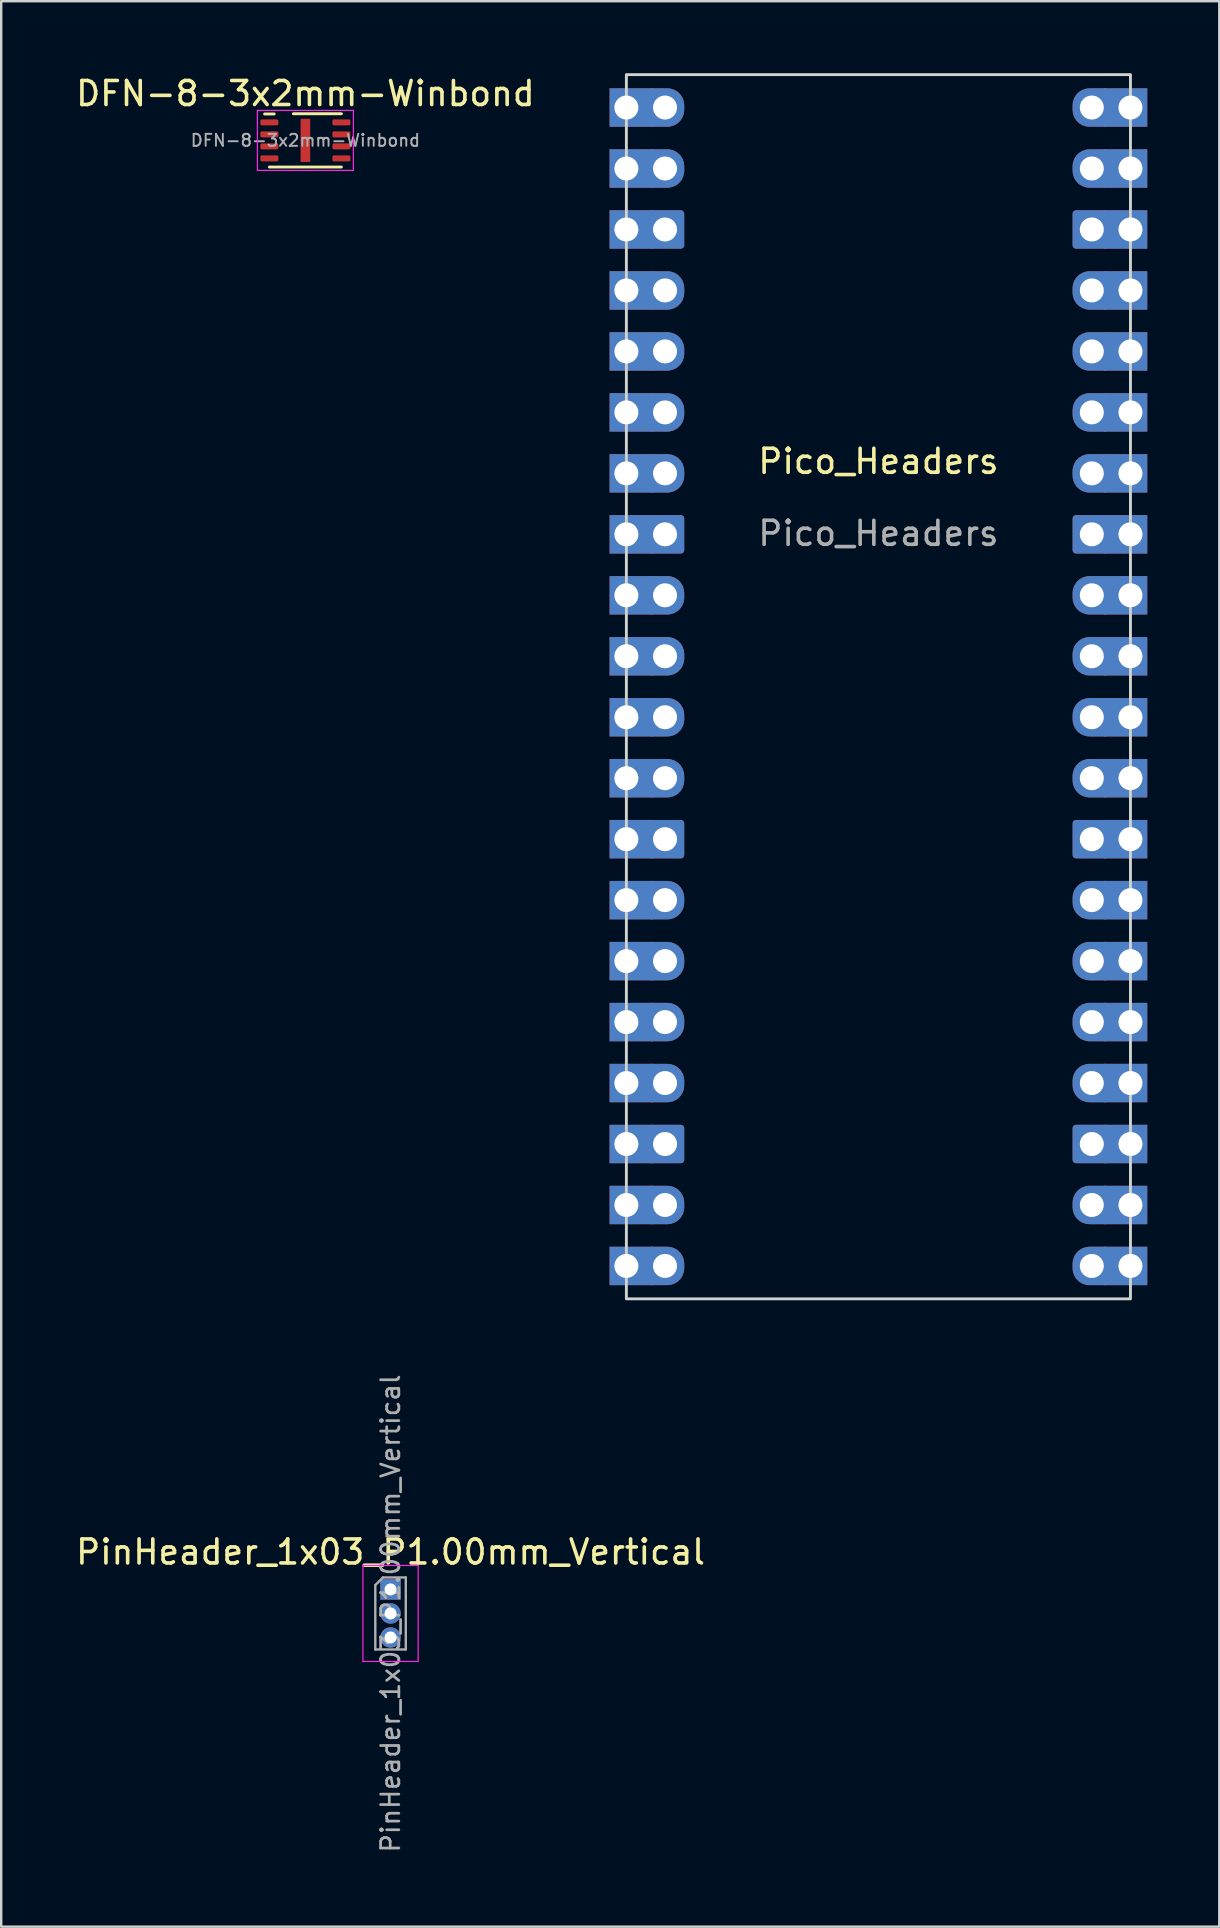
<source format=kicad_pcb>
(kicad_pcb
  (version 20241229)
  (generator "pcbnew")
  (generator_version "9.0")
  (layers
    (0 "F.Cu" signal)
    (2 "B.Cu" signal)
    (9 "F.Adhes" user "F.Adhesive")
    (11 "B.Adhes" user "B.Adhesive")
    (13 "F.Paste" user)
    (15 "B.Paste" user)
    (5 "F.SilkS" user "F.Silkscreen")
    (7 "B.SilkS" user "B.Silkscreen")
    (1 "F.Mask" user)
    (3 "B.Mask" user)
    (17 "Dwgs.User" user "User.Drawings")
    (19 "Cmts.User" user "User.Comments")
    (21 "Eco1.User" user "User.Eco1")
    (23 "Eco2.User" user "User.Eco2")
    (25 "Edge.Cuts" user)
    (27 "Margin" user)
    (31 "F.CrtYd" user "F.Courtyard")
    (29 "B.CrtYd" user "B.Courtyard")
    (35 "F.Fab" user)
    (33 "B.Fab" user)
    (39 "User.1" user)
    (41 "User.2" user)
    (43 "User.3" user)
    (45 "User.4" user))
  (footprint "DFN-8-3x2mm-Winbond"
    (layer "F.Cu")
    (at 9.673 2.798)
    (property "Reference" "DFN-8-3x2mm-Winbond" (at 0 -1.95 0) (layer "F.SilkS") (effects (font (size 1 1) (thickness 0.15))))
    (attr smd)
    (fp_line (start -1.7 -1.1) (end -1.3 -1.1) (stroke (width 0.12) (type solid)) (layer "F.SilkS"))
    (fp_line (start -1.5 1.11) (end 1.5 1.11) (stroke (width 0.12) (type solid)) (layer "F.SilkS"))
    (fp_line (start -0.5 -1.11) (end 1.5 -1.11) (stroke (width 0.12) (type solid)) (layer "F.SilkS"))
    (fp_line (start -2 -1.25) (end -2 1.25) (stroke (width 0.05) (type solid)) (layer "F.CrtYd"))
    (fp_line (start -2 1.25) (end 2 1.25) (stroke (width 0.05) (type solid)) (layer "F.CrtYd"))
    (fp_line (start 2 -1.25) (end -2 -1.25) (stroke (width 0.05) (type solid)) (layer "F.CrtYd"))
    (fp_line (start 2 1.25) (end 2 -1.25) (stroke (width 0.05) (type solid)) (layer "F.CrtYd"))
    (fp_text user "${REFERENCE}" (at 0 0 0) (layer "F.Fab") (effects (font (size 0.5 0.5) (thickness 0.08))))
    (pad "" smd roundrect (at 0 -0.48) (size 0.4 0.84) (layers "F.Paste") (roundrect_rratio 0.25))
    (pad "" smd roundrect (at 0 0.48) (size 0.4 0.84) (layers "F.Paste") (roundrect_rratio 0.25))
    (pad "1" smd roundrect (at -1.5 -0.75) (size 0.75 0.25) (layers "F.Cu" "F.Mask" "F.Paste") (roundrect_rratio 0.25))
    (pad "2" smd roundrect (at -1.5 -0.25) (size 0.75 0.25) (layers "F.Cu" "F.Mask" "F.Paste") (roundrect_rratio 0.25))
    (pad "3" smd roundrect (at -1.5 0.25) (size 0.75 0.25) (layers "F.Cu" "F.Mask" "F.Paste") (roundrect_rratio 0.25))
    (pad "4" smd roundrect (at -1.5 0.75) (size 0.75 0.25) (layers "F.Cu" "F.Mask" "F.Paste") (roundrect_rratio 0.25))
    (pad "4" smd rect (at 0 0) (size 0.4 1.8) (layers "F.Cu" "F.Mask"))
    (pad "5" smd roundrect (at 1.5 0.75) (size 0.75 0.25) (layers "F.Cu" "F.Mask" "F.Paste") (roundrect_rratio 0.25))
    (pad "6" smd roundrect (at 1.5 0.25) (size 0.75 0.25) (layers "F.Cu" "F.Mask" "F.Paste") (roundrect_rratio 0.25))
    (pad "7" smd roundrect (at 1.5 -0.25) (size 0.75 0.25) (layers "F.Cu" "F.Mask" "F.Paste") (roundrect_rratio 0.25))
    (pad "8" smd roundrect (at 1.5 -0.75) (size 0.75 0.25) (layers "F.Cu" "F.Mask" "F.Paste") (roundrect_rratio 0.25)))
  (footprint "Pico_Headers"
    (layer "F.Cu")
    (at 33.545 25.56)
    (property "Reference" "Pico_Headers" (at 0 -9.39 0) (unlocked yes) (layer "F.SilkS") (effects (font (size 1 1) (thickness 0.15))))
    (attr through_hole)
    (fp_rect (start -10.5 -25.5) (end 10.5 25.5) (stroke (width 0.12) (type solid)) (fill no) (layer "Edge.Cuts"))
    (fp_text user "${REFERENCE}" (at 0 -6.39 0) (unlocked yes) (layer "F.Fab") (effects (font (size 1 1) (thickness 0.15))))
    (pad "" thru_hole rect (at -10.5 -24.13) (size 1.8 1.6) (drill 1 (offset 0.2 0)) (layers "*.Cu" "*.Mask"))
    (pad "" thru_hole rect (at -10.5 -21.59) (size 1.8 1.6) (drill 1 (offset 0.2 0)) (layers "*.Cu" "*.Mask"))
    (pad "" thru_hole rect (at -10.5 -19.05) (size 1.8 1.6) (drill 1 (offset 0.2 0)) (layers "*.Cu" "*.Mask"))
    (pad "" thru_hole rect (at -10.5 -16.51) (size 1.8 1.6) (drill 1 (offset 0.2 0)) (layers "*.Cu" "*.Mask"))
    (pad "" thru_hole rect (at -10.5 -13.97) (size 1.8 1.6) (drill 1 (offset 0.2 0)) (layers "*.Cu" "*.Mask"))
    (pad "" thru_hole rect (at -10.5 -11.43) (size 1.8 1.6) (drill 1 (offset 0.2 0)) (layers "*.Cu" "*.Mask"))
    (pad "" thru_hole rect (at -10.5 -8.89) (size 1.8 1.6) (drill 1 (offset 0.2 0)) (layers "*.Cu" "*.Mask"))
    (pad "" thru_hole rect (at -10.5 -6.35) (size 1.8 1.6) (drill 1 (offset 0.2 0)) (layers "*.Cu" "*.Mask"))
    (pad "" thru_hole rect (at -10.5 -3.81) (size 1.8 1.6) (drill 1 (offset 0.2 0)) (layers "*.Cu" "*.Mask"))
    (pad "" thru_hole rect (at -10.5 -1.27) (size 1.8 1.6) (drill 1 (offset 0.2 0)) (layers "*.Cu" "*.Mask"))
    (pad "" thru_hole rect (at -10.5 1.27) (size 1.8 1.6) (drill 1 (offset 0.2 0)) (layers "*.Cu" "*.Mask"))
    (pad "" thru_hole rect (at -10.5 3.81) (size 1.8 1.6) (drill 1 (offset 0.2 0)) (layers "*.Cu" "*.Mask"))
    (pad "" thru_hole rect (at -10.5 6.35) (size 1.8 1.6) (drill 1 (offset 0.2 0)) (layers "*.Cu" "*.Mask"))
    (pad "" thru_hole rect (at -10.5 8.89) (size 1.8 1.6) (drill 1 (offset 0.2 0)) (layers "*.Cu" "*.Mask"))
    (pad "" thru_hole rect (at -10.5 11.43) (size 1.8 1.6) (drill 1 (offset 0.2 0)) (layers "*.Cu" "*.Mask"))
    (pad "" thru_hole rect (at -10.5 13.97) (size 1.8 1.6) (drill 1 (offset 0.2 0)) (layers "*.Cu" "*.Mask"))
    (pad "" thru_hole rect (at -10.5 16.51) (size 1.8 1.6) (drill 1 (offset 0.2 0)) (layers "*.Cu" "*.Mask"))
    (pad "" thru_hole rect (at -10.5 19.05) (size 1.8 1.6) (drill 1 (offset 0.2 0)) (layers "*.Cu" "*.Mask"))
    (pad "" thru_hole rect (at -10.5 21.59) (size 1.8 1.6) (drill 1 (offset 0.2 0)) (layers "*.Cu" "*.Mask"))
    (pad "" thru_hole rect (at -10.5 24.13) (size 1.8 1.6) (drill 1 (offset 0.2 0)) (layers "*.Cu" "*.Mask"))
    (pad "" thru_hole rect (at 10.5 -24.13 180) (size 1.8 1.6) (drill 1 (offset 0.2 0)) (layers "*.Cu" "*.Mask"))
    (pad "" thru_hole rect (at 10.5 -21.59 180) (size 1.8 1.6) (drill 1 (offset 0.2 0)) (layers "*.Cu" "*.Mask"))
    (pad "" thru_hole rect (at 10.5 -19.05 180) (size 1.8 1.6) (drill 1 (offset 0.2 0)) (layers "*.Cu" "*.Mask"))
    (pad "" thru_hole rect (at 10.5 -16.51 180) (size 1.8 1.6) (drill 1 (offset 0.2 0)) (layers "*.Cu" "*.Mask"))
    (pad "" thru_hole rect (at 10.5 -13.97 180) (size 1.8 1.6) (drill 1 (offset 0.2 0)) (layers "*.Cu" "*.Mask"))
    (pad "" thru_hole rect (at 10.5 -11.43 180) (size 1.8 1.6) (drill 1 (offset 0.2 0)) (layers "*.Cu" "*.Mask"))
    (pad "" thru_hole rect (at 10.5 -8.89 180) (size 1.8 1.6) (drill 1 (offset 0.2 0)) (layers "*.Cu" "*.Mask"))
    (pad "" thru_hole rect (at 10.5 -6.35 180) (size 1.8 1.6) (drill 1 (offset 0.2 0)) (layers "*.Cu" "*.Mask"))
    (pad "" thru_hole rect (at 10.5 -3.81 180) (size 1.8 1.6) (drill 1 (offset 0.2 0)) (layers "*.Cu" "*.Mask"))
    (pad "" thru_hole rect (at 10.5 -1.27 180) (size 1.8 1.6) (drill 1 (offset 0.2 0)) (layers "*.Cu" "*.Mask"))
    (pad "" thru_hole rect (at 10.5 1.27 180) (size 1.8 1.6) (drill 1 (offset 0.2 0)) (layers "*.Cu" "*.Mask"))
    (pad "" thru_hole rect (at 10.5 3.81 180) (size 1.8 1.6) (drill 1 (offset 0.2 0)) (layers "*.Cu" "*.Mask"))
    (pad "" thru_hole rect (at 10.5 6.35 180) (size 1.8 1.6) (drill 1 (offset 0.2 0)) (layers "*.Cu" "*.Mask"))
    (pad "" thru_hole rect (at 10.5 8.89 180) (size 1.8 1.6) (drill 1 (offset 0.2 0)) (layers "*.Cu" "*.Mask"))
    (pad "" thru_hole rect (at 10.5 11.43 180) (size 1.8 1.6) (drill 1 (offset 0.2 0)) (layers "*.Cu" "*.Mask"))
    (pad "" thru_hole rect (at 10.5 13.97 180) (size 1.8 1.6) (drill 1 (offset 0.2 0)) (layers "*.Cu" "*.Mask"))
    (pad "" thru_hole rect (at 10.5 16.51 180) (size 1.8 1.6) (drill 1 (offset 0.2 0)) (layers "*.Cu" "*.Mask"))
    (pad "" thru_hole rect (at 10.5 19.05 180) (size 1.8 1.6) (drill 1 (offset 0.2 0)) (layers "*.Cu" "*.Mask"))
    (pad "" thru_hole rect (at 10.5 21.59 180) (size 1.8 1.6) (drill 1 (offset 0.2 0)) (layers "*.Cu" "*.Mask"))
    (pad "" thru_hole rect (at 10.5 24.13 180) (size 1.8 1.6) (drill 1 (offset 0.2 0)) (layers "*.Cu" "*.Mask"))
    (pad "1" thru_hole roundrect (at -8.89 -24.13) (size 1.4 1.6) (drill 1 (offset 0.1 0)) (layers "*.Cu" "*.Mask") (roundrect_rratio 0.5) (chamfer_ratio 0) (chamfer top_left bottom_left))
    (pad "2" thru_hole roundrect (at -8.89 -21.59) (size 1.4 1.6) (drill 1 (offset 0.1 0)) (layers "*.Cu" "*.Mask") (roundrect_rratio 0.5) (chamfer_ratio 0) (chamfer top_left bottom_left))
    (pad "3" thru_hole roundrect (at -8.89 -19.05) (size 1.4 1.6) (drill 1 (offset 0.1 0)) (layers "*.Cu" "*.Mask") (roundrect_rratio 0.1) (chamfer_ratio 0) (chamfer top_left bottom_left))
    (pad "4" thru_hole roundrect (at -8.89 -16.51) (size 1.4 1.6) (drill 1 (offset 0.1 0)) (layers "*.Cu" "*.Mask") (roundrect_rratio 0.5) (chamfer_ratio 0) (chamfer top_left bottom_left))
    (pad "5" thru_hole roundrect (at -8.89 -13.97) (size 1.4 1.6) (drill 1 (offset 0.1 0)) (layers "*.Cu" "*.Mask") (roundrect_rratio 0.5) (chamfer_ratio 0) (chamfer top_left bottom_left))
    (pad "6" thru_hole roundrect (at -8.89 -11.43) (size 1.4 1.6) (drill 1 (offset 0.1 0)) (layers "*.Cu" "*.Mask") (roundrect_rratio 0.5) (chamfer_ratio 0) (chamfer top_left bottom_left))
    (pad "7" thru_hole roundrect (at -8.89 -8.89) (size 1.4 1.6) (drill 1 (offset 0.1 0)) (layers "*.Cu" "*.Mask") (roundrect_rratio 0.5) (chamfer_ratio 0) (chamfer top_left bottom_left))
    (pad "8" thru_hole roundrect (at -8.89 -6.35) (size 1.4 1.6) (drill 1 (offset 0.1 0)) (layers "*.Cu" "*.Mask") (roundrect_rratio 0.1) (chamfer_ratio 0) (chamfer top_left bottom_left))
    (pad "9" thru_hole roundrect (at -8.89 -3.81) (size 1.4 1.6) (drill 1 (offset 0.1 0)) (layers "*.Cu" "*.Mask") (roundrect_rratio 0.5) (chamfer_ratio 0) (chamfer top_left bottom_left))
    (pad "10" thru_hole roundrect (at -8.89 -1.27) (size 1.4 1.6) (drill 1 (offset 0.1 0)) (layers "*.Cu" "*.Mask") (roundrect_rratio 0.5) (chamfer_ratio 0) (chamfer top_left bottom_left))
    (pad "11" thru_hole roundrect (at -8.89 1.27) (size 1.4 1.6) (drill 1 (offset 0.1 0)) (layers "*.Cu" "*.Mask") (roundrect_rratio 0.5) (chamfer_ratio 0) (chamfer top_left bottom_left))
    (pad "12" thru_hole roundrect (at -8.89 3.81) (size 1.4 1.6) (drill 1 (offset 0.1 0)) (layers "*.Cu" "*.Mask") (roundrect_rratio 0.5) (chamfer_ratio 0) (chamfer top_left bottom_left))
    (pad "13" thru_hole roundrect (at -8.89 6.35) (size 1.4 1.6) (drill 1 (offset 0.1 0)) (layers "*.Cu" "*.Mask") (roundrect_rratio 0.1) (chamfer_ratio 0) (chamfer top_left bottom_left))
    (pad "14" thru_hole roundrect (at -8.89 8.89) (size 1.4 1.6) (drill 1 (offset 0.1 0)) (layers "*.Cu" "*.Mask") (roundrect_rratio 0.5) (chamfer_ratio 0) (chamfer top_left bottom_left))
    (pad "15" thru_hole roundrect (at -8.89 11.43) (size 1.4 1.6) (drill 1 (offset 0.1 0)) (layers "*.Cu" "*.Mask") (roundrect_rratio 0.5) (chamfer_ratio 0) (chamfer top_left bottom_left))
    (pad "16" thru_hole roundrect (at -8.89 13.97) (size 1.4 1.6) (drill 1 (offset 0.1 0)) (layers "*.Cu" "*.Mask") (roundrect_rratio 0.5) (chamfer_ratio 0) (chamfer top_left bottom_left))
    (pad "17" thru_hole roundrect (at -8.89 16.51) (size 1.4 1.6) (drill 1 (offset 0.1 0)) (layers "*.Cu" "*.Mask") (roundrect_rratio 0.5) (chamfer_ratio 0) (chamfer top_left bottom_left))
    (pad "18" thru_hole roundrect (at -8.89 19.05) (size 1.4 1.6) (drill 1 (offset 0.1 0)) (layers "*.Cu" "*.Mask") (roundrect_rratio 0.1) (chamfer_ratio 0) (chamfer top_left bottom_left))
    (pad "19" thru_hole roundrect (at -8.89 21.59) (size 1.4 1.6) (drill 1 (offset 0.1 0)) (layers "*.Cu" "*.Mask") (roundrect_rratio 0.5) (chamfer_ratio 0) (chamfer top_left bottom_left))
    (pad "20" thru_hole roundrect (at -8.89 24.13) (size 1.4 1.6) (drill 1 (offset 0.1 0)) (layers "*.Cu" "*.Mask") (roundrect_rratio 0.5) (chamfer_ratio 0) (chamfer top_left bottom_left))
    (pad "21" thru_hole roundrect (at 8.89 24.13 180) (size 1.4 1.6) (drill 1 (offset 0.1 0)) (layers "*.Cu" "*.Mask") (roundrect_rratio 0.5) (chamfer_ratio 0) (chamfer top_left bottom_left))
    (pad "22" thru_hole roundrect (at 8.89 21.59 180) (size 1.4 1.6) (drill 1 (offset 0.1 0)) (layers "*.Cu" "*.Mask") (roundrect_rratio 0.5) (chamfer_ratio 0) (chamfer top_left bottom_left))
    (pad "23" thru_hole roundrect (at 8.89 19.05 180) (size 1.4 1.6) (drill 1 (offset 0.1 0)) (layers "*.Cu" "*.Mask") (roundrect_rratio 0.1) (chamfer_ratio 0) (chamfer top_left bottom_left))
    (pad "24" thru_hole roundrect (at 8.89 16.51 180) (size 1.4 1.6) (drill 1 (offset 0.1 0)) (layers "*.Cu" "*.Mask") (roundrect_rratio 0.5) (chamfer_ratio 0) (chamfer top_left bottom_left))
    (pad "25" thru_hole roundrect (at 8.89 13.97 180) (size 1.4 1.6) (drill 1 (offset 0.1 0)) (layers "*.Cu" "*.Mask") (roundrect_rratio 0.5) (chamfer_ratio 0) (chamfer top_left bottom_left))
    (pad "26" thru_hole roundrect (at 8.89 11.43 180) (size 1.4 1.6) (drill 1 (offset 0.1 0)) (layers "*.Cu" "*.Mask") (roundrect_rratio 0.5) (chamfer_ratio 0) (chamfer top_left bottom_left))
    (pad "27" thru_hole roundrect (at 8.89 8.89 180) (size 1.4 1.6) (drill 1 (offset 0.1 0)) (layers "*.Cu" "*.Mask") (roundrect_rratio 0.5) (chamfer_ratio 0) (chamfer top_left bottom_left))
    (pad "28" thru_hole roundrect (at 8.89 6.35 180) (size 1.4 1.6) (drill 1 (offset 0.1 0)) (layers "*.Cu" "*.Mask") (roundrect_rratio 0.1) (chamfer_ratio 0) (chamfer top_left bottom_left))
    (pad "29" thru_hole roundrect (at 8.89 3.81 180) (size 1.4 1.6) (drill 1 (offset 0.1 0)) (layers "*.Cu" "*.Mask") (roundrect_rratio 0.5) (chamfer_ratio 0) (chamfer top_left bottom_left))
    (pad "30" thru_hole roundrect (at 8.89 1.27 180) (size 1.4 1.6) (drill 1 (offset 0.1 0)) (layers "*.Cu" "*.Mask") (roundrect_rratio 0.5) (chamfer_ratio 0) (chamfer top_left bottom_left))
    (pad "31" thru_hole roundrect (at 8.89 -1.27 180) (size 1.4 1.6) (drill 1 (offset 0.1 0)) (layers "*.Cu" "*.Mask") (roundrect_rratio 0.5) (chamfer_ratio 0) (chamfer top_left bottom_left))
    (pad "32" thru_hole roundrect (at 8.89 -3.81 180) (size 1.4 1.6) (drill 1 (offset 0.1 0)) (layers "*.Cu" "*.Mask") (roundrect_rratio 0.5) (chamfer_ratio 0) (chamfer top_left bottom_left))
    (pad "33" thru_hole roundrect (at 8.89 -6.35 180) (size 1.4 1.6) (drill 1 (offset 0.1 0)) (layers "*.Cu" "*.Mask") (roundrect_rratio 0.1) (chamfer_ratio 0) (chamfer top_left bottom_left))
    (pad "34" thru_hole roundrect (at 8.89 -8.89 180) (size 1.4 1.6) (drill 1 (offset 0.1 0)) (layers "*.Cu" "*.Mask") (roundrect_rratio 0.5) (chamfer_ratio 0) (chamfer top_left bottom_left))
    (pad "35" thru_hole roundrect (at 8.89 -11.43 180) (size 1.4 1.6) (drill 1 (offset 0.1 0)) (layers "*.Cu" "*.Mask") (roundrect_rratio 0.5) (chamfer_ratio 0) (chamfer top_left bottom_left))
    (pad "36" thru_hole roundrect (at 8.89 -13.97 180) (size 1.4 1.6) (drill 1 (offset 0.1 0)) (layers "*.Cu" "*.Mask") (roundrect_rratio 0.5) (chamfer_ratio 0) (chamfer top_left bottom_left))
    (pad "37" thru_hole roundrect (at 8.89 -16.51 180) (size 1.4 1.6) (drill 1 (offset 0.1 0)) (layers "*.Cu" "*.Mask") (roundrect_rratio 0.5) (chamfer_ratio 0) (chamfer top_left bottom_left))
    (pad "38" thru_hole roundrect (at 8.89 -19.05 180) (size 1.4 1.6) (drill 1 (offset 0.1 0)) (layers "*.Cu" "*.Mask") (roundrect_rratio 0.1) (chamfer_ratio 0) (chamfer top_left bottom_left))
    (pad "39" thru_hole roundrect (at 8.89 -21.59 180) (size 1.4 1.6) (drill 1 (offset 0.1 0)) (layers "*.Cu" "*.Mask") (roundrect_rratio 0.5) (chamfer_ratio 0) (chamfer top_left bottom_left))
    (pad "40" thru_hole roundrect (at 8.89 -24.13 180) (size 1.4 1.6) (drill 1 (offset 0.1 0)) (layers "*.Cu" "*.Mask") (roundrect_rratio 0.5) (chamfer_ratio 0) (chamfer top_left bottom_left)))
  (footprint "PinHeader_1x03_P1.00mm_Vertical"
    (layer "F.Cu")
    (at 13.22 63.167)
    (property "Reference" "PinHeader_1x03_P1.00mm_Vertical" (at 0 -1.56 0) (layer "F.SilkS") (effects (font (size 1 1) (thickness 0.15))))
    (attr through_hole)
    (fp_line (start -1.15 -1) (end -1.15 3) (stroke (width 0.05) (type solid)) (layer "F.CrtYd"))
    (fp_line (start -1.15 3) (end 1.15 3) (stroke (width 0.05) (type solid)) (layer "F.CrtYd"))
    (fp_line (start 1.15 -1) (end -1.15 -1) (stroke (width 0.05) (type solid)) (layer "F.CrtYd"))
    (fp_line (start 1.15 3) (end 1.15 -1) (stroke (width 0.05) (type solid)) (layer "F.CrtYd"))
    (fp_line (start -0.635 -0.182) (end -0.318 -0.5) (stroke (width 0.1) (type solid)) (layer "F.Fab"))
    (fp_line (start -0.635 2.5) (end -0.635 -0.182) (stroke (width 0.1) (type solid)) (layer "F.Fab"))
    (fp_line (start -0.318 -0.5) (end 0.635 -0.5) (stroke (width 0.1) (type solid)) (layer "F.Fab"))
    (fp_line (start 0.635 -0.5) (end 0.635 2.5) (stroke (width 0.1) (type solid)) (layer "F.Fab"))
    (fp_line (start 0.635 2.5) (end -0.635 2.5) (stroke (width 0.1) (type solid)) (layer "F.Fab"))
    (fp_text user "${REFERENCE}" (at 0 1 90) (layer "F.Fab") (effects (font (size 0.76 0.76) (thickness 0.114))))
    (pad "1" thru_hole rect (at 0 0) (size 0.85 0.85) (drill 0.5) (layers "*.Cu" "*.Mask"))
    (pad "2" thru_hole oval (at 0 1) (size 0.85 0.85) (drill 0.5) (layers "*.Cu" "*.Mask"))
    (pad "3" thru_hole oval (at 0 2) (size 0.85 0.85) (drill 0.5) (layers "*.Cu" "*.Mask")))
  (gr_rect
    (start -3 -3)
    (end 47.745 77.215)
    (stroke (width 0.1) (type default))
    (fill no)
    (layer "Edge.Cuts")))
</source>
